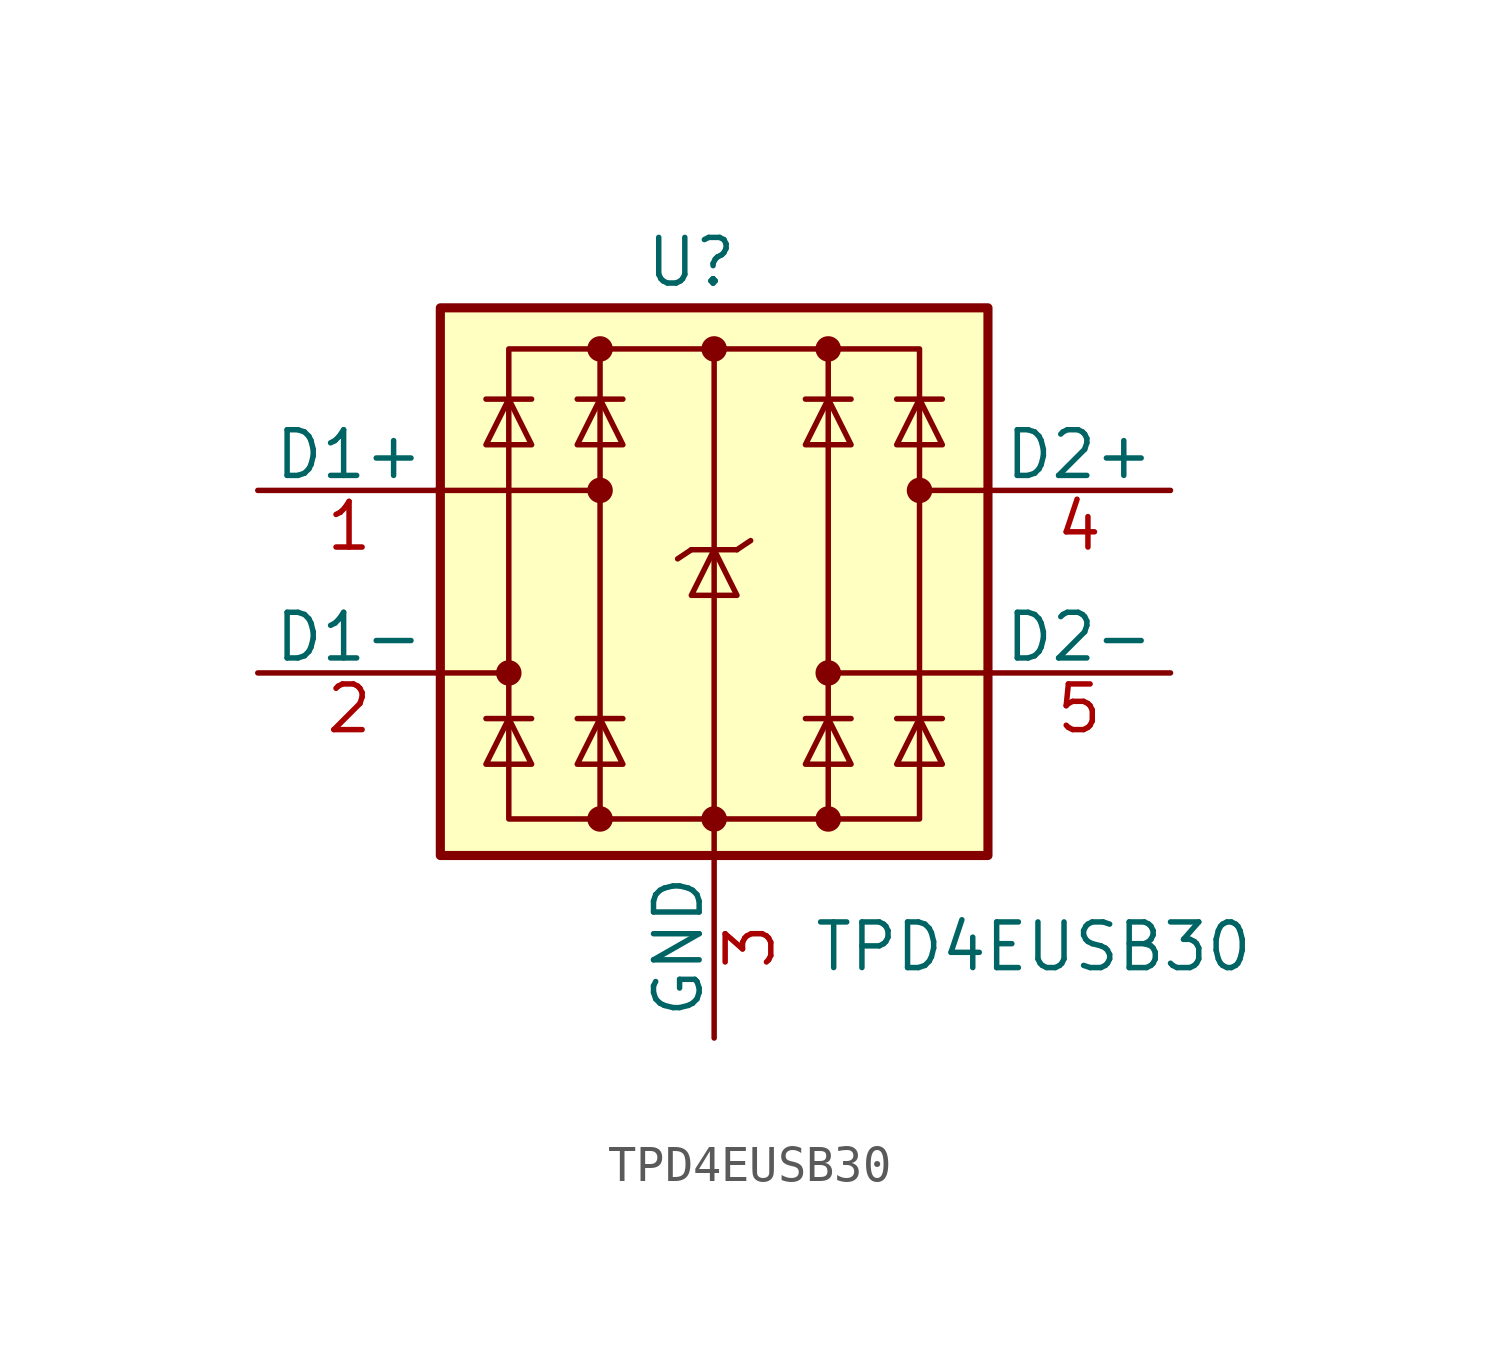
<source format=kicad_sym>
(kicad_symbol_lib
  (version 20201005)
  (generator kicad_symbol_editor)
  (symbol "PintryParts-Symbols:TPD4EUSB30"
    (pin_names
      (offset 0))
    (property "Reference" "U"
      (at -0.635 8.89 0)
      (effects (font (size 1.27 1.27))))
    (property "Value" "TPD4EUSB30"
      (at 8.89 -10.16 0)
      (effects (font (size 1.27 1.27))))
    (symbol "TPD4EUSB30_0_0"
      (rectangle (start -5.715 6.477) (end 5.715 -6.604) (stroke (width 0)) (fill (type none)))
      (polyline (pts (xy -3.175 -6.604) (xy -3.175 6.477)) (stroke (width 0)) (fill (type none)))
      (polyline (pts (xy 0 6.477) (xy 0 -6.604)) (stroke (width 0)) (fill (type none)))
      (polyline (pts (xy 3.175 6.477) (xy 3.175 -6.604)) (stroke (width 0)) (fill (type none))))
    (symbol "TPD4EUSB30_0_1"
      (circle (center -5.715 -2.54) (radius 0.279) (stroke (width 0)) (fill (type outline)))
      (circle (center -3.175 -6.604) (radius 0.279) (stroke (width 0)) (fill (type outline)))
      (circle (center -3.175 2.54) (radius 0.279) (stroke (width 0)) (fill (type outline)))
      (circle (center -3.175 6.477) (radius 0.279) (stroke (width 0)) (fill (type outline)))
      (circle (center 0 -6.604) (radius 0.279) (stroke (width 0)) (fill (type outline)))
      (circle (center 0 6.477) (radius 0.279) (stroke (width 0)) (fill (type outline)))
      (circle (center 3.175 -6.604) (radius 0.279) (stroke (width 0)) (fill (type outline)))
      (circle (center 3.175 -2.54) (radius 0.279) (stroke (width 0)) (fill (type outline)))
      (circle (center 3.175 6.477) (radius 0.279) (stroke (width 0)) (fill (type outline)))
      (circle (center 5.715 2.54) (radius 0.279) (stroke (width 0)) (fill (type outline)))
      (rectangle (start -7.62 7.62) (end 7.62 -7.62) (stroke (width 0.254)) (fill (type background)))
      (polyline (pts (xy -7.747 2.54) (xy -3.175 2.54)) (stroke (width 0)) (fill (type none)))
      (polyline (pts (xy -7.62 -2.54) (xy -5.715 -2.54)) (stroke (width 0)) (fill (type none)))
      (polyline (pts (xy -5.08 -3.81) (xy -6.35 -3.81)) (stroke (width 0)) (fill (type none)))
      (polyline (pts (xy -5.08 5.08) (xy -6.35 5.08)) (stroke (width 0)) (fill (type none)))
      (polyline (pts (xy -2.54 -3.81) (xy -3.81 -3.81)) (stroke (width 0)) (fill (type none)))
      (polyline (pts (xy -2.54 5.08) (xy -3.81 5.08)) (stroke (width 0)) (fill (type none)))
      (polyline (pts (xy -0.635 0.889) (xy -1.016 0.635)) (stroke (width 0)) (fill (type none)))
      (polyline (pts (xy 0 -6.604) (xy 0 -7.62)) (stroke (width 0)) (fill (type none)))
      (polyline (pts (xy 0.635 0.889) (xy -0.635 0.889)) (stroke (width 0)) (fill (type none)))
      (polyline (pts (xy 0.635 0.889) (xy 1.016 1.143)) (stroke (width 0)) (fill (type none)))
      (polyline (pts (xy 3.81 -3.81) (xy 2.54 -3.81)) (stroke (width 0)) (fill (type none)))
      (polyline (pts (xy 3.81 5.08) (xy 2.54 5.08)) (stroke (width 0)) (fill (type none)))
      (polyline (pts (xy 6.35 -3.81) (xy 5.08 -3.81)) (stroke (width 0)) (fill (type none)))
      (polyline (pts (xy 6.35 5.08) (xy 5.08 5.08)) (stroke (width 0)) (fill (type none)))
      (polyline (pts (xy 7.62 -2.54) (xy 3.175 -2.54)) (stroke (width 0)) (fill (type none)))
      (polyline (pts (xy 7.62 2.54) (xy 5.715 2.54)) (stroke (width 0)) (fill (type none)))
      (polyline (pts (xy -5.08 -5.08) (xy -6.35 -5.08) (xy -5.715 -3.81) (xy -5.08 -5.08)) (stroke (width 0)) (fill (type none)))
      (polyline (pts (xy -5.08 3.81) (xy -6.35 3.81) (xy -5.715 5.08) (xy -5.08 3.81)) (stroke (width 0)) (fill (type none)))
      (polyline (pts (xy -2.54 -5.08) (xy -3.81 -5.08) (xy -3.175 -3.81) (xy -2.54 -5.08)) (stroke (width 0)) (fill (type none)))
      (polyline (pts (xy -2.54 3.81) (xy -3.81 3.81) (xy -3.175 5.08) (xy -2.54 3.81)) (stroke (width 0)) (fill (type none)))
      (polyline (pts (xy 0.635 -0.381) (xy -0.635 -0.381) (xy 0 0.889) (xy 0.635 -0.381)) (stroke (width 0)) (fill (type none)))
      (polyline (pts (xy 3.81 -5.08) (xy 2.54 -5.08) (xy 3.175 -3.81) (xy 3.81 -5.08)) (stroke (width 0)) (fill (type none)))
      (polyline (pts (xy 3.81 3.81) (xy 2.54 3.81) (xy 3.175 5.08) (xy 3.81 3.81)) (stroke (width 0)) (fill (type none)))
      (polyline (pts (xy 6.35 -5.08) (xy 5.08 -5.08) (xy 5.715 -3.81) (xy 6.35 -5.08)) (stroke (width 0)) (fill (type none)))
      (polyline (pts (xy 6.35 3.81) (xy 5.08 3.81) (xy 5.715 5.08) (xy 6.35 3.81)) (stroke (width 0)) (fill (type none))))
    (symbol "TPD4EUSB30_1_1"
      (pin passive line (at -12.7 2.54 0) (length 5.08) (name "D1+" (effects (font (size 1.27 1.27)))) (number "1" (effects (font (size 1.27 1.27)))))
      (pin passive line (at -12.7 2.54 0) (length 5.08) hide (name "~" (effects (font (size 1.27 1.27)))) (number "10" (effects (font (size 1.27 1.27)))))
      (pin passive line (at -12.7 -2.54 0) (length 5.08) (name "D1-" (effects (font (size 1.27 1.27)))) (number "2" (effects (font (size 1.27 1.27)))))
      (pin power_in line (at 0 -12.7 90) (length 5.08) (name "GND" (effects (font (size 1.27 1.27)))) (number "3" (effects (font (size 1.27 1.27)))))
      (pin passive line (at 12.7 2.54 180) (length 5.08) (name "D2+" (effects (font (size 1.27 1.27)))) (number "4" (effects (font (size 1.27 1.27)))))
      (pin passive line (at 12.7 -2.54 180) (length 5.08) (name "D2-" (effects (font (size 1.27 1.27)))) (number "5" (effects (font (size 1.27 1.27)))))
      (pin passive line (at 12.7 -2.54 180) (length 5.08) hide (name "~" (effects (font (size 1.27 1.27)))) (number "6" (effects (font (size 1.27 1.27)))))
      (pin passive line (at 12.7 2.54 180) (length 5.08) hide (name "~" (effects (font (size 1.27 1.27)))) (number "7" (effects (font (size 1.27 1.27)))))
      (pin passive line (at 0 -12.7 90) (length 5.08) hide (name "GND" (effects (font (size 1.27 1.27)))) (number "8" (effects (font (size 1.27 1.27)))))
      (pin passive line (at -12.7 -2.54 0) (length 5.08) hide (name "~" (effects (font (size 1.27 1.27)))) (number "9" (effects (font (size 1.27 1.27))))))))
</source>
